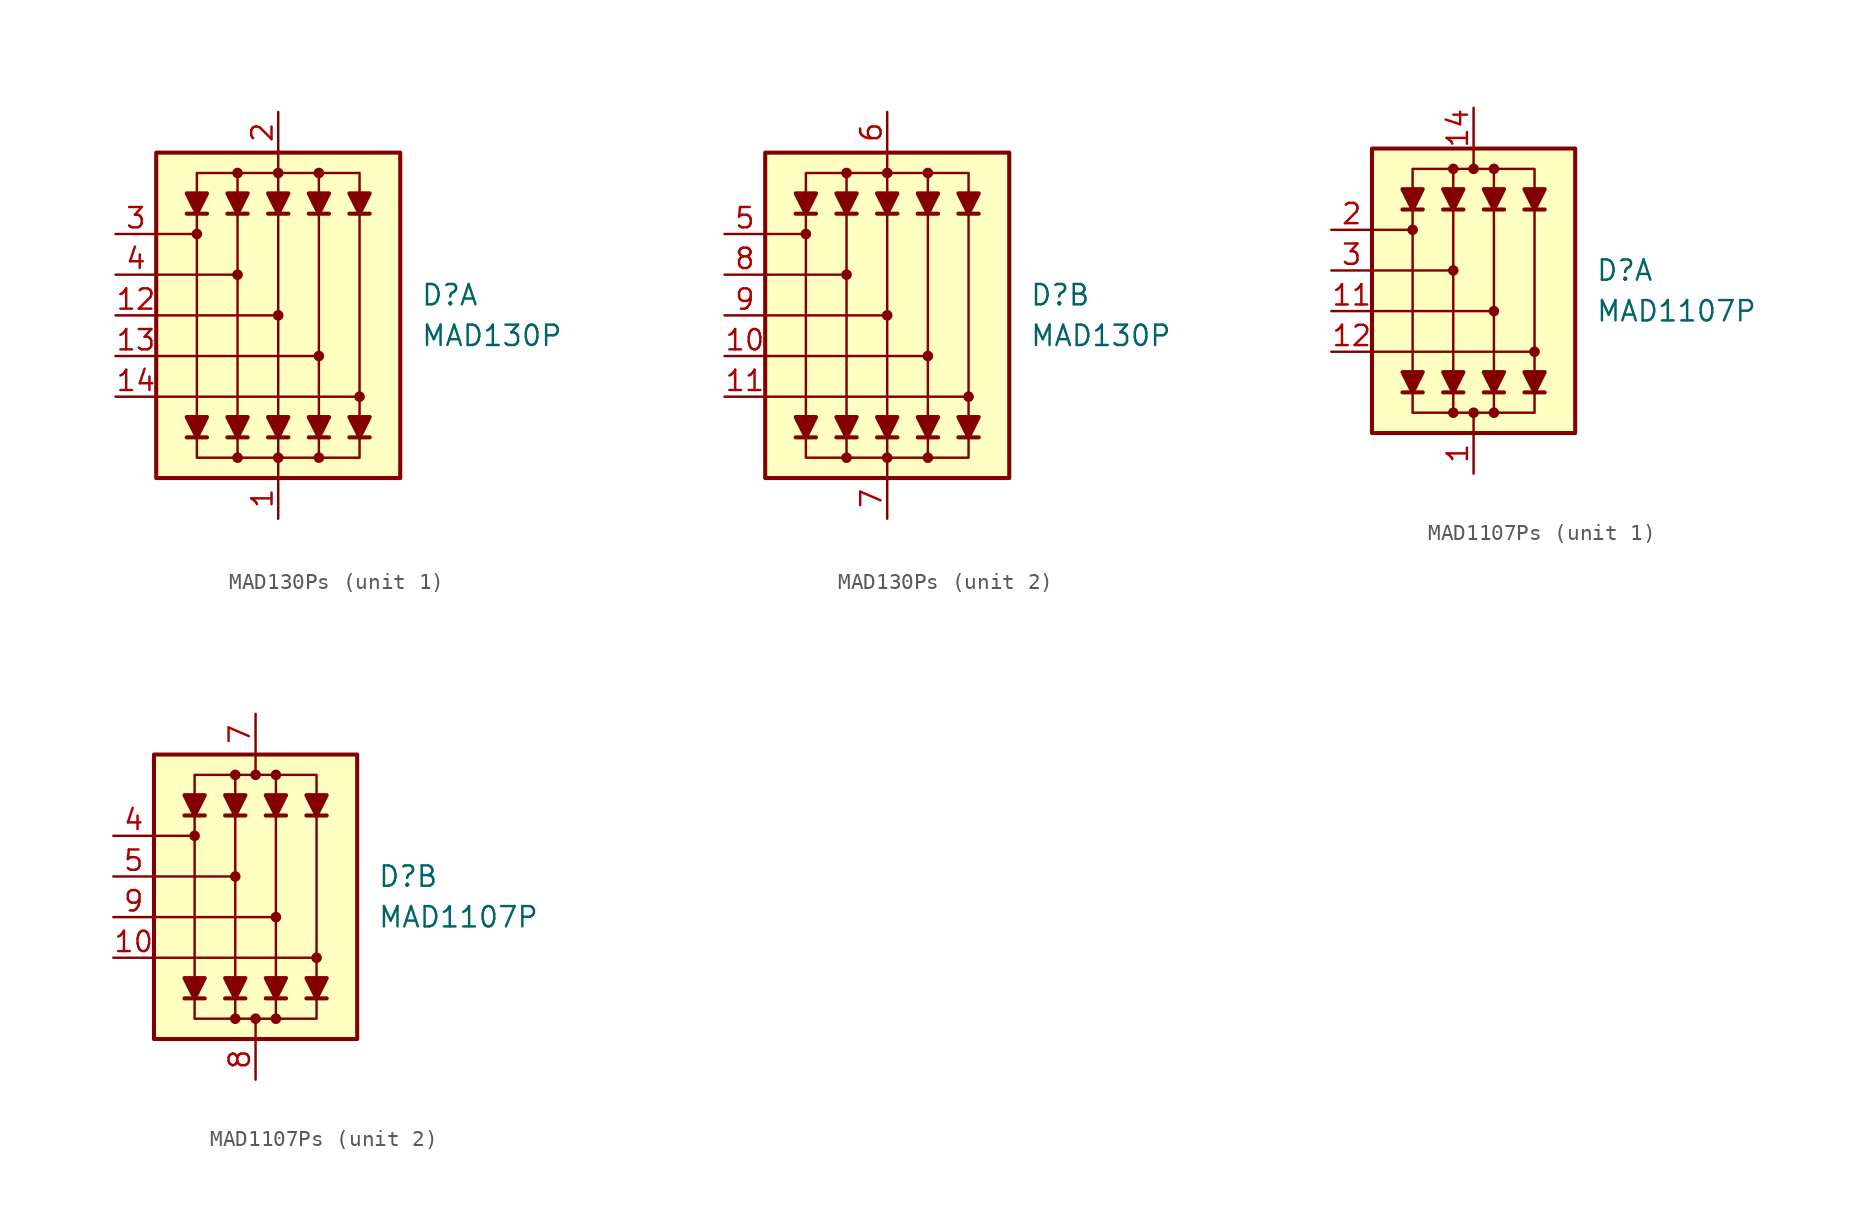
<source format=kicad_sym>
(kicad_symbol_lib
  (version 20231120)
  (generator "kicad_symbol_editor")
  (generator_version "8.0")
  (symbol "MAD130Ps"
    (pin_names hide)
    (property "Reference" "D"
      (at 8.89 1.27 0)
      (effects (font (size 1.27 1.27)) (justify left)))
    (property "Value" "MAD130P"
      (at 8.89 -1.27 0)
      (effects (font (size 1.27 1.27)) (justify left)))
    (symbol "MAD130Ps_0_1"
      (rectangle (start -7.62 10.16) (end 7.62 -10.16) (stroke (width 0.254) (type default)) (fill (type background)))
      (circle (center -5.08 5.08) (radius 0.254) (stroke (width 0) (type default)) (fill (type outline)))
      (circle (center -2.54 -8.89) (radius 0.254) (stroke (width 0) (type default)) (fill (type outline)))
      (circle (center -2.54 2.54) (radius 0.254) (stroke (width 0) (type default)) (fill (type outline)))
      (circle (center -2.54 8.89) (radius 0.254) (stroke (width 0) (type default)) (fill (type outline)))
      (circle (center 0 -8.89) (radius 0.254) (stroke (width 0) (type default)) (fill (type outline)))
      (polyline (pts (xy -5.715 -7.62) (xy -4.445 -7.62)) (stroke (width 0.254) (type default)) (fill (type none)))
      (polyline (pts (xy -5.715 6.35) (xy -4.445 6.35)) (stroke (width 0.254) (type default)) (fill (type none)))
      (polyline (pts (xy -5.08 -6.35) (xy -5.08 6.35)) (stroke (width 0) (type default)) (fill (type none)))
      (polyline (pts (xy -5.08 5.08) (xy -7.62 5.08)) (stroke (width 0) (type default)) (fill (type none)))
      (polyline (pts (xy -3.175 -7.62) (xy -1.905 -7.62)) (stroke (width 0.254) (type default)) (fill (type none)))
      (polyline (pts (xy -3.175 6.35) (xy -1.905 6.35)) (stroke (width 0.254) (type default)) (fill (type none)))
      (polyline (pts (xy -2.54 -7.62) (xy -2.54 -8.89)) (stroke (width 0) (type default)) (fill (type none)))
      (polyline (pts (xy -2.54 -6.35) (xy -2.54 6.35)) (stroke (width 0) (type default)) (fill (type none)))
      (polyline (pts (xy -2.54 2.54) (xy -7.62 2.54)) (stroke (width 0) (type default)) (fill (type none)))
      (polyline (pts (xy -2.54 7.62) (xy -2.54 8.89)) (stroke (width 0) (type default)) (fill (type none)))
      (polyline (pts (xy -0.635 -7.62) (xy 0.635 -7.62)) (stroke (width 0.254) (type default)) (fill (type none)))
      (polyline (pts (xy -0.635 6.35) (xy 0.635 6.35)) (stroke (width 0.254) (type default)) (fill (type none)))
      (polyline (pts (xy 0 -7.62) (xy 0 -10.16)) (stroke (width 0) (type default)) (fill (type none)))
      (polyline (pts (xy 0 -6.35) (xy 0 6.35)) (stroke (width 0) (type default)) (fill (type none)))
      (polyline (pts (xy 0 0) (xy -7.62 0)) (stroke (width 0) (type default)) (fill (type none)))
      (polyline (pts (xy 0 7.62) (xy 0 10.16)) (stroke (width 0) (type default)) (fill (type none)))
      (polyline (pts (xy 1.905 -7.62) (xy 3.175 -7.62)) (stroke (width 0.254) (type default)) (fill (type none)))
      (polyline (pts (xy 1.905 6.35) (xy 3.175 6.35)) (stroke (width 0.254) (type default)) (fill (type none)))
      (polyline (pts (xy 2.54 -7.62) (xy 2.54 -8.89)) (stroke (width 0) (type default)) (fill (type none)))
      (polyline (pts (xy 2.54 -6.35) (xy 2.54 6.35)) (stroke (width 0) (type default)) (fill (type none)))
      (polyline (pts (xy 2.54 -2.54) (xy -7.62 -2.54)) (stroke (width 0) (type default)) (fill (type none)))
      (polyline (pts (xy 2.54 7.62) (xy 2.54 8.89)) (stroke (width 0) (type default)) (fill (type none)))
      (polyline (pts (xy 4.445 -7.62) (xy 5.715 -7.62)) (stroke (width 0.254) (type default)) (fill (type none)))
      (polyline (pts (xy 4.445 6.35) (xy 5.715 6.35)) (stroke (width 0.254) (type default)) (fill (type none)))
      (polyline (pts (xy 5.08 -6.35) (xy 5.08 6.35)) (stroke (width 0) (type default)) (fill (type none)))
      (polyline (pts (xy 5.08 -5.08) (xy -7.62 -5.08)) (stroke (width 0) (type default)) (fill (type none)))
      (polyline (pts (xy -5.08 -7.62) (xy -5.715 -6.35) (xy -4.445 -6.35) (xy -5.08 -7.62)) (stroke (width 0.254) (type default)) (fill (type outline)))
      (polyline (pts (xy -5.08 6.35) (xy -5.715 7.62) (xy -4.445 7.62) (xy -5.08 6.35)) (stroke (width 0.254) (type default)) (fill (type outline)))
      (polyline (pts (xy -2.54 -7.62) (xy -3.175 -6.35) (xy -1.905 -6.35) (xy -2.54 -7.62)) (stroke (width 0.254) (type default)) (fill (type outline)))
      (polyline (pts (xy -2.54 6.35) (xy -3.175 7.62) (xy -1.905 7.62) (xy -2.54 6.35)) (stroke (width 0.254) (type default)) (fill (type outline)))
      (polyline (pts (xy 0 -7.62) (xy -0.635 -6.35) (xy 0.635 -6.35) (xy 0 -7.62)) (stroke (width 0.254) (type default)) (fill (type outline)))
      (polyline (pts (xy 0 6.35) (xy -0.635 7.62) (xy 0.635 7.62) (xy 0 6.35)) (stroke (width 0.254) (type default)) (fill (type outline)))
      (polyline (pts (xy 2.54 -7.62) (xy 1.905 -6.35) (xy 3.175 -6.35) (xy 2.54 -7.62)) (stroke (width 0.254) (type default)) (fill (type outline)))
      (polyline (pts (xy 2.54 6.35) (xy 1.905 7.62) (xy 3.175 7.62) (xy 2.54 6.35)) (stroke (width 0.254) (type default)) (fill (type outline)))
      (polyline (pts (xy 5.08 -7.62) (xy 4.445 -6.35) (xy 5.715 -6.35) (xy 5.08 -7.62)) (stroke (width 0.254) (type default)) (fill (type outline)))
      (polyline (pts (xy 5.08 -7.62) (xy 5.08 -8.89) (xy -5.08 -8.89) (xy -5.08 -7.62)) (stroke (width 0) (type default)) (fill (type none)))
      (polyline (pts (xy 5.08 6.35) (xy 4.445 7.62) (xy 5.715 7.62) (xy 5.08 6.35)) (stroke (width 0.254) (type default)) (fill (type outline)))
      (polyline (pts (xy 5.08 7.62) (xy 5.08 8.89) (xy -5.08 8.89) (xy -5.08 7.62)) (stroke (width 0) (type default)) (fill (type none)))
      (circle (center 0 0) (radius 0.254) (stroke (width 0) (type default)) (fill (type outline)))
      (circle (center 0 8.89) (radius 0.254) (stroke (width 0) (type default)) (fill (type outline)))
      (circle (center 2.54 -8.89) (radius 0.254) (stroke (width 0) (type default)) (fill (type outline)))
      (circle (center 2.54 -2.54) (radius 0.254) (stroke (width 0) (type default)) (fill (type outline)))
      (circle (center 2.54 8.89) (radius 0.254) (stroke (width 0) (type default)) (fill (type outline)))
      (circle (center 5.08 -5.08) (radius 0.254) (stroke (width 0) (type default)) (fill (type outline))))
    (symbol "MAD130Ps_1_1"
      (pin passive line (at 0 -12.7 90) (length 2.54) (name "A1" (effects (font (size 1.27 1.27)))) (number "1" (effects (font (size 1.27 1.27)))))
      (pin passive line (at -10.16 0 0) (length 2.54) (name "C1-3" (effects (font (size 1.27 1.27)))) (number "12" (effects (font (size 1.27 1.27)))))
      (pin passive line (at -10.16 -2.54 0) (length 2.54) (name "C1-4" (effects (font (size 1.27 1.27)))) (number "13" (effects (font (size 1.27 1.27)))))
      (pin passive line (at -10.16 -5.08 0) (length 2.54) (name "C1-5" (effects (font (size 1.27 1.27)))) (number "14" (effects (font (size 1.27 1.27)))))
      (pin passive line (at 0 12.7 270) (length 2.54) (name "K1" (effects (font (size 1.27 1.27)))) (number "2" (effects (font (size 1.27 1.27)))))
      (pin passive line (at -10.16 5.08 0) (length 2.54) (name "C1-1" (effects (font (size 1.27 1.27)))) (number "3" (effects (font (size 1.27 1.27)))))
      (pin passive line (at -10.16 2.54 0) (length 2.54) (name "C1-2" (effects (font (size 1.27 1.27)))) (number "4" (effects (font (size 1.27 1.27))))))
    (symbol "MAD130Ps_2_1"
      (pin passive line (at -10.16 -2.54 0) (length 2.54) (name "C2-4" (effects (font (size 1.27 1.27)))) (number "10" (effects (font (size 1.27 1.27)))))
      (pin passive line (at -10.16 -5.08 0) (length 2.54) (name "C2-5" (effects (font (size 1.27 1.27)))) (number "11" (effects (font (size 1.27 1.27)))))
      (pin passive line (at -10.16 5.08 0) (length 2.54) (name "C2-1" (effects (font (size 1.27 1.27)))) (number "5" (effects (font (size 1.27 1.27)))))
      (pin passive line (at 0 12.7 270) (length 2.54) (name "K2" (effects (font (size 1.27 1.27)))) (number "6" (effects (font (size 1.27 1.27)))))
      (pin passive line (at 0 -12.7 90) (length 2.54) (name "A2" (effects (font (size 1.27 1.27)))) (number "7" (effects (font (size 1.27 1.27)))))
      (pin passive line (at -10.16 2.54 0) (length 2.54) (name "C2-2" (effects (font (size 1.27 1.27)))) (number "8" (effects (font (size 1.27 1.27)))))
      (pin passive line (at -10.16 0 0) (length 2.54) (name "C2-3" (effects (font (size 1.27 1.27)))) (number "9" (effects (font (size 1.27 1.27)))))))
  (symbol "MAD1107Ps"
    (pin_names hide)
    (property "Reference" "D"
      (at 7.62 1.27 0)
      (effects (font (size 1.27 1.27)) (justify left)))
    (property "Value" "MAD1107P"
      (at 7.62 -1.27 0)
      (effects (font (size 1.27 1.27)) (justify left)))
    (symbol "MAD1107Ps_0_1"
      (rectangle (start -6.35 8.89) (end 6.35 -8.89) (stroke (width 0.254) (type default)) (fill (type background)))
      (circle (center -3.81 3.81) (radius 0.254) (stroke (width 0) (type default)) (fill (type outline)))
      (circle (center -1.27 -7.62) (radius 0.254) (stroke (width 0) (type default)) (fill (type outline)))
      (circle (center -1.27 1.27) (radius 0.254) (stroke (width 0) (type default)) (fill (type outline)))
      (circle (center -1.27 7.62) (radius 0.254) (stroke (width 0) (type default)) (fill (type outline)))
      (circle (center 0 -7.62) (radius 0.254) (stroke (width 0) (type default)) (fill (type outline)))
      (polyline (pts (xy -4.445 -6.35) (xy -3.175 -6.35)) (stroke (width 0.254) (type default)) (fill (type none)))
      (polyline (pts (xy -4.445 5.08) (xy -3.175 5.08)) (stroke (width 0.254) (type default)) (fill (type none)))
      (polyline (pts (xy -3.81 -5.08) (xy -3.81 5.08)) (stroke (width 0) (type default)) (fill (type none)))
      (polyline (pts (xy -3.81 3.81) (xy -6.35 3.81)) (stroke (width 0) (type default)) (fill (type none)))
      (polyline (pts (xy -1.905 -6.35) (xy -0.635 -6.35)) (stroke (width 0.254) (type default)) (fill (type none)))
      (polyline (pts (xy -1.905 5.08) (xy -0.635 5.08)) (stroke (width 0.254) (type default)) (fill (type none)))
      (polyline (pts (xy -1.27 -6.35) (xy -1.27 -7.62)) (stroke (width 0) (type default)) (fill (type none)))
      (polyline (pts (xy -1.27 -5.08) (xy -1.27 5.08)) (stroke (width 0) (type default)) (fill (type none)))
      (polyline (pts (xy -1.27 1.27) (xy -6.35 1.27)) (stroke (width 0) (type default)) (fill (type none)))
      (polyline (pts (xy -1.27 6.35) (xy -1.27 7.62)) (stroke (width 0) (type default)) (fill (type none)))
      (polyline (pts (xy 0 -8.89) (xy 0 -7.62)) (stroke (width 0) (type default)) (fill (type none)))
      (polyline (pts (xy 0 8.89) (xy 0 7.62)) (stroke (width 0) (type default)) (fill (type none)))
      (polyline (pts (xy 0.635 -6.35) (xy 1.905 -6.35)) (stroke (width 0.254) (type default)) (fill (type none)))
      (polyline (pts (xy 0.635 5.08) (xy 1.905 5.08)) (stroke (width 0.254) (type default)) (fill (type none)))
      (polyline (pts (xy 1.27 -6.35) (xy 1.27 -7.62)) (stroke (width 0) (type default)) (fill (type none)))
      (polyline (pts (xy 1.27 -5.08) (xy 1.27 5.08)) (stroke (width 0) (type default)) (fill (type none)))
      (polyline (pts (xy 1.27 -1.27) (xy -6.35 -1.27)) (stroke (width 0) (type default)) (fill (type none)))
      (polyline (pts (xy 1.27 6.35) (xy 1.27 7.62)) (stroke (width 0) (type default)) (fill (type none)))
      (polyline (pts (xy 3.175 -6.35) (xy 4.445 -6.35)) (stroke (width 0.254) (type default)) (fill (type none)))
      (polyline (pts (xy 3.175 5.08) (xy 4.445 5.08)) (stroke (width 0.254) (type default)) (fill (type none)))
      (polyline (pts (xy 3.81 -5.08) (xy 3.81 5.08)) (stroke (width 0) (type default)) (fill (type none)))
      (polyline (pts (xy 3.81 -3.81) (xy -6.35 -3.81)) (stroke (width 0) (type default)) (fill (type none)))
      (polyline (pts (xy -3.81 -6.35) (xy -4.445 -5.08) (xy -3.175 -5.08) (xy -3.81 -6.35)) (stroke (width 0.254) (type default)) (fill (type outline)))
      (polyline (pts (xy -3.81 5.08) (xy -4.445 6.35) (xy -3.175 6.35) (xy -3.81 5.08)) (stroke (width 0.254) (type default)) (fill (type outline)))
      (polyline (pts (xy -1.27 -6.35) (xy -1.905 -5.08) (xy -0.635 -5.08) (xy -1.27 -6.35)) (stroke (width 0.254) (type default)) (fill (type outline)))
      (polyline (pts (xy -1.27 5.08) (xy -1.905 6.35) (xy -0.635 6.35) (xy -1.27 5.08)) (stroke (width 0.254) (type default)) (fill (type outline)))
      (polyline (pts (xy 1.27 -6.35) (xy 0.635 -5.08) (xy 1.905 -5.08) (xy 1.27 -6.35)) (stroke (width 0.254) (type default)) (fill (type outline)))
      (polyline (pts (xy 1.27 5.08) (xy 0.635 6.35) (xy 1.905 6.35) (xy 1.27 5.08)) (stroke (width 0.254) (type default)) (fill (type outline)))
      (polyline (pts (xy 3.81 -6.35) (xy 3.175 -5.08) (xy 4.445 -5.08) (xy 3.81 -6.35)) (stroke (width 0.254) (type default)) (fill (type outline)))
      (polyline (pts (xy 3.81 -6.35) (xy 3.81 -7.62) (xy -3.81 -7.62) (xy -3.81 -6.35)) (stroke (width 0) (type default)) (fill (type none)))
      (polyline (pts (xy 3.81 5.08) (xy 3.175 6.35) (xy 4.445 6.35) (xy 3.81 5.08)) (stroke (width 0.254) (type default)) (fill (type outline)))
      (polyline (pts (xy 3.81 6.35) (xy 3.81 7.62) (xy -3.81 7.62) (xy -3.81 6.35)) (stroke (width 0) (type default)) (fill (type none)))
      (circle (center 0 7.62) (radius 0.254) (stroke (width 0) (type default)) (fill (type outline)))
      (circle (center 1.27 -7.62) (radius 0.254) (stroke (width 0) (type default)) (fill (type outline)))
      (circle (center 1.27 -1.27) (radius 0.254) (stroke (width 0) (type default)) (fill (type outline)))
      (circle (center 1.27 7.62) (radius 0.254) (stroke (width 0) (type default)) (fill (type outline)))
      (circle (center 3.81 -3.81) (radius 0.254) (stroke (width 0) (type default)) (fill (type outline))))
    (symbol "MAD1107Ps_1_1"
      (pin passive line (at 0 -11.43 90) (length 2.54) (name "A1" (effects (font (size 1.27 1.27)))) (number "1" (effects (font (size 1.27 1.27)))))
      (pin passive line (at -8.89 -1.27 0) (length 2.54) (name "C1-3" (effects (font (size 1.27 1.27)))) (number "11" (effects (font (size 1.27 1.27)))))
      (pin passive line (at -8.89 -3.81 0) (length 2.54) (name "C1-4" (effects (font (size 1.27 1.27)))) (number "12" (effects (font (size 1.27 1.27)))))
      (pin free line (at 0 -1.27 0) (length 2.54) hide (name "NC" (effects (font (size 1.27 1.27)))) (number "13" (effects (font (size 1.27 1.27)))))
      (pin passive line (at 0 11.43 270) (length 2.54) (name "K1" (effects (font (size 1.27 1.27)))) (number "14" (effects (font (size 1.27 1.27)))))
      (pin passive line (at -8.89 3.81 0) (length 2.54) (name "C1-1" (effects (font (size 1.27 1.27)))) (number "2" (effects (font (size 1.27 1.27)))))
      (pin passive line (at -8.89 1.27 0) (length 2.54) (name "C1-2" (effects (font (size 1.27 1.27)))) (number "3" (effects (font (size 1.27 1.27)))))
      (pin free line (at 0 1.27 0) (length 2.54) hide (name "NC" (effects (font (size 1.27 1.27)))) (number "6" (effects (font (size 1.27 1.27))))))
    (symbol "MAD1107Ps_2_1"
      (pin passive line (at -8.89 -3.81 0) (length 2.54) (name "C2-4" (effects (font (size 1.27 1.27)))) (number "10" (effects (font (size 1.27 1.27)))))
      (pin passive line (at -8.89 3.81 0) (length 2.54) (name "C2-1" (effects (font (size 1.27 1.27)))) (number "4" (effects (font (size 1.27 1.27)))))
      (pin passive line (at -8.89 1.27 0) (length 2.54) (name "C2-2" (effects (font (size 1.27 1.27)))) (number "5" (effects (font (size 1.27 1.27)))))
      (pin passive line (at 0 11.43 270) (length 2.54) (name "K2" (effects (font (size 1.27 1.27)))) (number "7" (effects (font (size 1.27 1.27)))))
      (pin passive line (at 0 -11.43 90) (length 2.54) (name "A2" (effects (font (size 1.27 1.27)))) (number "8" (effects (font (size 1.27 1.27)))))
      (pin passive line (at -8.89 -1.27 0) (length 2.54) (name "C2-3" (effects (font (size 1.27 1.27)))) (number "9" (effects (font (size 1.27 1.27))))))))
</source>
